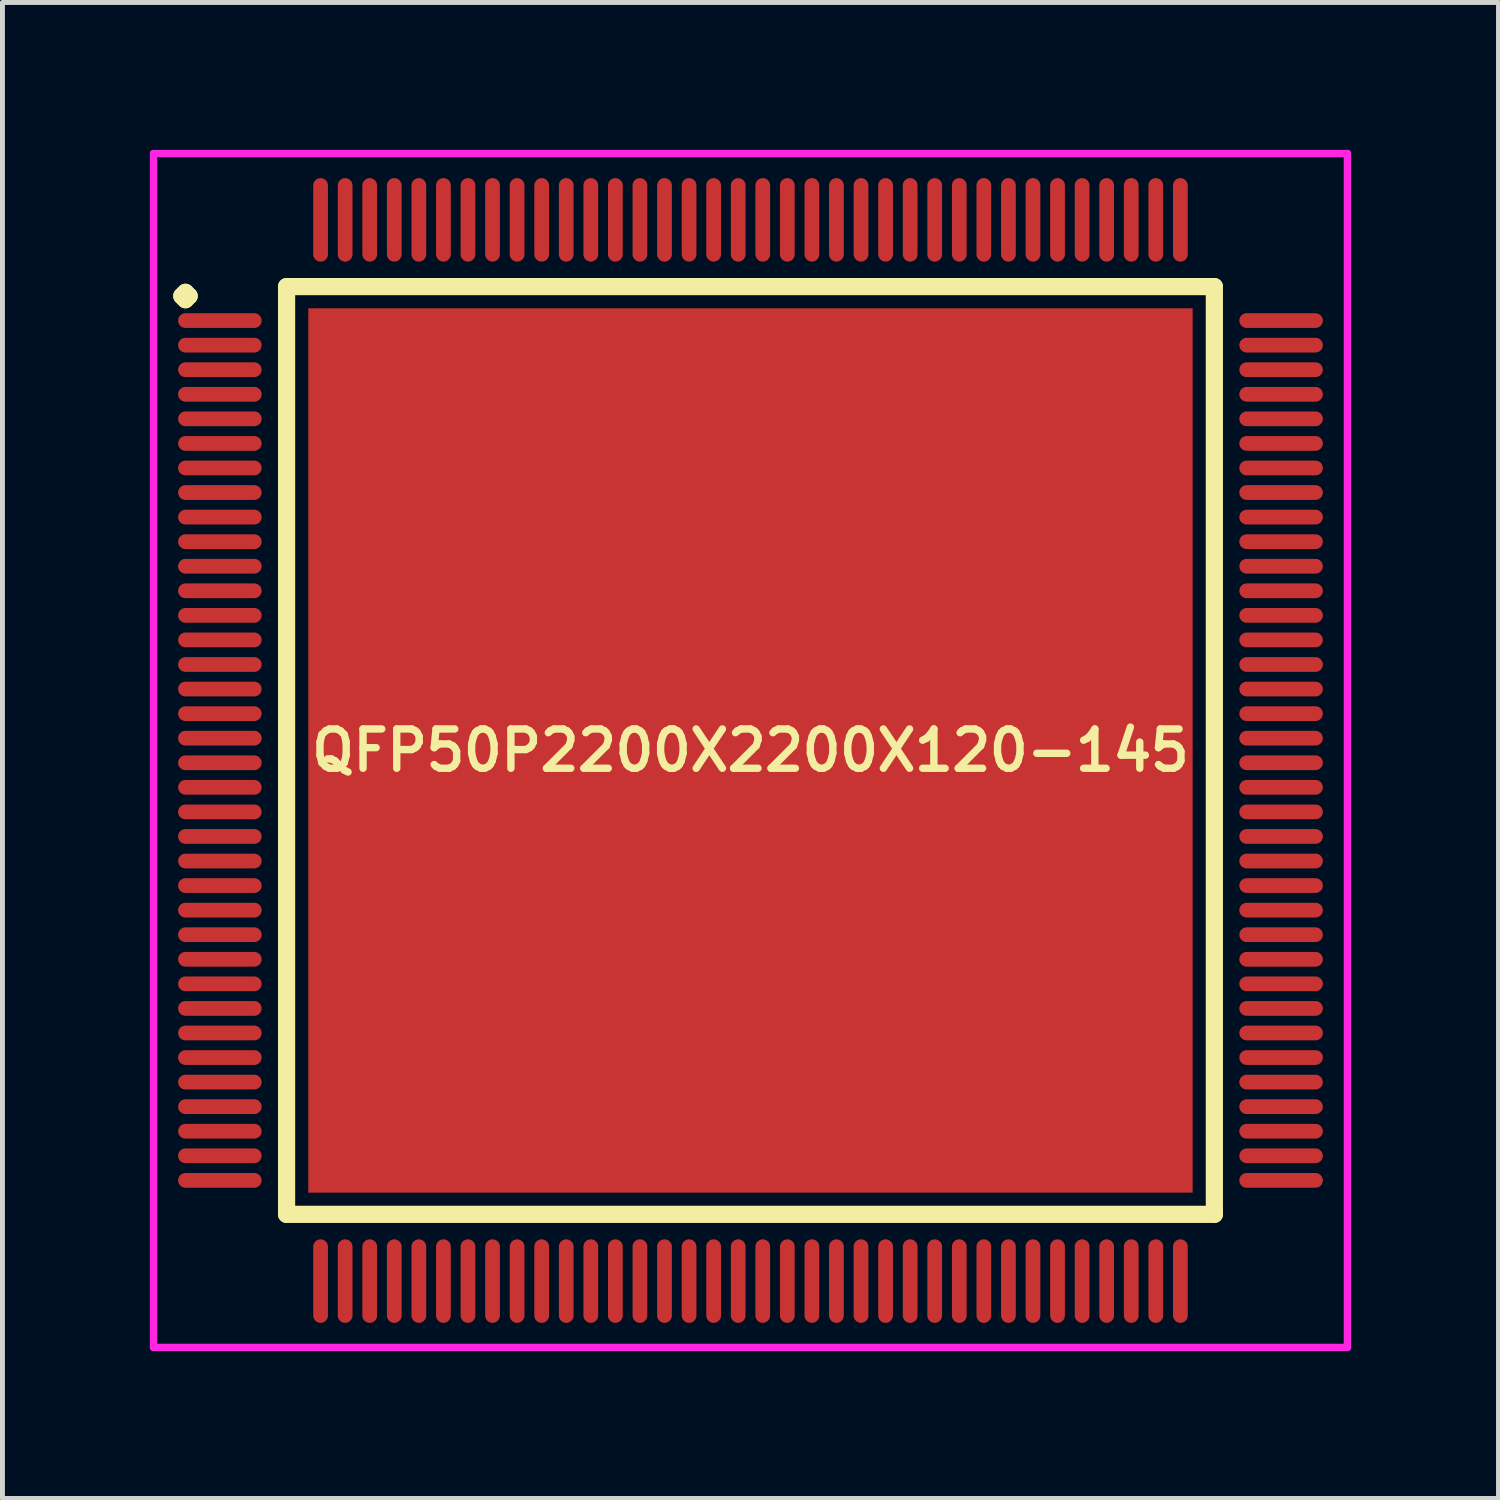
<source format=kicad_pcb>
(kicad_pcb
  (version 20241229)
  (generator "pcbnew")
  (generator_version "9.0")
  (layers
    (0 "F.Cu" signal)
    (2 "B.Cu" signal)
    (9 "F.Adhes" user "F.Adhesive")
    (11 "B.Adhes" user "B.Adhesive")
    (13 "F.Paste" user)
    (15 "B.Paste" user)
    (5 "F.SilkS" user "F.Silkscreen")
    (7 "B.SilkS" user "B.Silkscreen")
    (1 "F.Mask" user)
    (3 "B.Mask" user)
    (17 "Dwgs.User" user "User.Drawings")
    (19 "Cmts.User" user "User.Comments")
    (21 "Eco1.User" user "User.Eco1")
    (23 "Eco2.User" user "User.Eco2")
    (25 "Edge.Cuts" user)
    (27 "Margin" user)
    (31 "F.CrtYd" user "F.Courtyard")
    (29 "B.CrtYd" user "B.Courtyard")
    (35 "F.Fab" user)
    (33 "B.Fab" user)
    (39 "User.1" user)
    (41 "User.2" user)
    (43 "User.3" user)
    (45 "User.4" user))
  (footprint "QFP50P2200X2200X120-145"
    (layer "F.Cu")
    (at 12.225 12.225)
    (property "Reference" "QFP50P2200X2200X120-145" (at 0 0 0) (layer "F.SilkS") (effects (font (size 0.8 0.8) (thickness 0.15))))
    (attr smd)
    (fp_line (start -11.575 -9.25) (end -11.5 -9.325) (stroke (width 0.35) (type solid)) (layer "F.SilkS"))
    (fp_line (start -11.5 -9.325) (end -11.425 -9.25) (stroke (width 0.35) (type solid)) (layer "F.SilkS"))
    (fp_line (start -11.5 -9.175) (end -11.575 -9.25) (stroke (width 0.35) (type solid)) (layer "F.SilkS"))
    (fp_line (start -11.425 -9.25) (end -11.5 -9.175) (stroke (width 0.35) (type solid)) (layer "F.SilkS"))
    (fp_line (start -9.442 -9.442) (end -9.442 9.442) (stroke (width 0.35) (type solid)) (layer "F.SilkS"))
    (fp_line (start -9.442 9.442) (end 9.442 9.442) (stroke (width 0.35) (type solid)) (layer "F.SilkS"))
    (fp_line (start 9.442 -9.442) (end -9.442 -9.442) (stroke (width 0.35) (type solid)) (layer "F.SilkS"))
    (fp_line (start 9.442 9.442) (end 9.442 -9.442) (stroke (width 0.35) (type solid)) (layer "F.SilkS"))
    (fp_line (start -12.15 -12.15) (end 12.15 -12.15) (stroke (width 0.15) (type solid)) (layer "F.CrtYd"))
    (fp_line (start -12.15 12.15) (end -12.15 -12.15) (stroke (width 0.15) (type solid)) (layer "F.CrtYd"))
    (fp_line (start 12.15 -12.15) (end 12.15 12.15) (stroke (width 0.15) (type solid)) (layer "F.CrtYd"))
    (fp_line (start 12.15 12.15) (end -12.15 12.15) (stroke (width 0.15) (type solid)) (layer "F.CrtYd"))
    (pad "1" smd oval (at -10.8 -8.75) (size 1.7 0.3) (layers "F.Cu" "F.Mask" "F.Paste"))
    (pad "2" smd oval (at -10.8 -8.25) (size 1.7 0.3) (layers "F.Cu" "F.Mask" "F.Paste"))
    (pad "3" smd oval (at -10.8 -7.75) (size 1.7 0.3) (layers "F.Cu" "F.Mask" "F.Paste"))
    (pad "4" smd oval (at -10.8 -7.25) (size 1.7 0.3) (layers "F.Cu" "F.Mask" "F.Paste"))
    (pad "5" smd oval (at -10.8 -6.75) (size 1.7 0.3) (layers "F.Cu" "F.Mask" "F.Paste"))
    (pad "6" smd oval (at -10.8 -6.25) (size 1.7 0.3) (layers "F.Cu" "F.Mask" "F.Paste"))
    (pad "7" smd oval (at -10.8 -5.75) (size 1.7 0.3) (layers "F.Cu" "F.Mask" "F.Paste"))
    (pad "8" smd oval (at -10.8 -5.25) (size 1.7 0.3) (layers "F.Cu" "F.Mask" "F.Paste"))
    (pad "9" smd oval (at -10.8 -4.75) (size 1.7 0.3) (layers "F.Cu" "F.Mask" "F.Paste"))
    (pad "10" smd oval (at -10.8 -4.25) (size 1.7 0.3) (layers "F.Cu" "F.Mask" "F.Paste"))
    (pad "11" smd oval (at -10.8 -3.75) (size 1.7 0.3) (layers "F.Cu" "F.Mask" "F.Paste"))
    (pad "12" smd oval (at -10.8 -3.25) (size 1.7 0.3) (layers "F.Cu" "F.Mask" "F.Paste"))
    (pad "13" smd oval (at -10.8 -2.75) (size 1.7 0.3) (layers "F.Cu" "F.Mask" "F.Paste"))
    (pad "14" smd oval (at -10.8 -2.25) (size 1.7 0.3) (layers "F.Cu" "F.Mask" "F.Paste"))
    (pad "15" smd oval (at -10.8 -1.75) (size 1.7 0.3) (layers "F.Cu" "F.Mask" "F.Paste"))
    (pad "16" smd oval (at -10.8 -1.25) (size 1.7 0.3) (layers "F.Cu" "F.Mask" "F.Paste"))
    (pad "17" smd oval (at -10.8 -0.75) (size 1.7 0.3) (layers "F.Cu" "F.Mask" "F.Paste"))
    (pad "18" smd oval (at -10.8 -0.25) (size 1.7 0.3) (layers "F.Cu" "F.Mask" "F.Paste"))
    (pad "19" smd oval (at -10.8 0.25) (size 1.7 0.3) (layers "F.Cu" "F.Mask" "F.Paste"))
    (pad "20" smd oval (at -10.8 0.75) (size 1.7 0.3) (layers "F.Cu" "F.Mask" "F.Paste"))
    (pad "21" smd oval (at -10.8 1.25) (size 1.7 0.3) (layers "F.Cu" "F.Mask" "F.Paste"))
    (pad "22" smd oval (at -10.8 1.75) (size 1.7 0.3) (layers "F.Cu" "F.Mask" "F.Paste"))
    (pad "23" smd oval (at -10.8 2.25) (size 1.7 0.3) (layers "F.Cu" "F.Mask" "F.Paste"))
    (pad "24" smd oval (at -10.8 2.75) (size 1.7 0.3) (layers "F.Cu" "F.Mask" "F.Paste"))
    (pad "25" smd oval (at -10.8 3.25) (size 1.7 0.3) (layers "F.Cu" "F.Mask" "F.Paste"))
    (pad "26" smd oval (at -10.8 3.75) (size 1.7 0.3) (layers "F.Cu" "F.Mask" "F.Paste"))
    (pad "27" smd oval (at -10.8 4.25) (size 1.7 0.3) (layers "F.Cu" "F.Mask" "F.Paste"))
    (pad "28" smd oval (at -10.8 4.75) (size 1.7 0.3) (layers "F.Cu" "F.Mask" "F.Paste"))
    (pad "29" smd oval (at -10.8 5.25) (size 1.7 0.3) (layers "F.Cu" "F.Mask" "F.Paste"))
    (pad "30" smd oval (at -10.8 5.75) (size 1.7 0.3) (layers "F.Cu" "F.Mask" "F.Paste"))
    (pad "31" smd oval (at -10.8 6.25) (size 1.7 0.3) (layers "F.Cu" "F.Mask" "F.Paste"))
    (pad "32" smd oval (at -10.8 6.75) (size 1.7 0.3) (layers "F.Cu" "F.Mask" "F.Paste"))
    (pad "33" smd oval (at -10.8 7.25) (size 1.7 0.3) (layers "F.Cu" "F.Mask" "F.Paste"))
    (pad "34" smd oval (at -10.8 7.75) (size 1.7 0.3) (layers "F.Cu" "F.Mask" "F.Paste"))
    (pad "35" smd oval (at -10.8 8.25) (size 1.7 0.3) (layers "F.Cu" "F.Mask" "F.Paste"))
    (pad "36" smd oval (at -10.8 8.75) (size 1.7 0.3) (layers "F.Cu" "F.Mask" "F.Paste"))
    (pad "37" smd oval (at -8.75 10.8) (size 0.3 1.7) (layers "F.Cu" "F.Mask" "F.Paste"))
    (pad "38" smd oval (at -8.25 10.8) (size 0.3 1.7) (layers "F.Cu" "F.Mask" "F.Paste"))
    (pad "39" smd oval (at -7.75 10.8) (size 0.3 1.7) (layers "F.Cu" "F.Mask" "F.Paste"))
    (pad "40" smd oval (at -7.25 10.8) (size 0.3 1.7) (layers "F.Cu" "F.Mask" "F.Paste"))
    (pad "41" smd oval (at -6.75 10.8) (size 0.3 1.7) (layers "F.Cu" "F.Mask" "F.Paste"))
    (pad "42" smd oval (at -6.25 10.8) (size 0.3 1.7) (layers "F.Cu" "F.Mask" "F.Paste"))
    (pad "43" smd oval (at -5.75 10.8) (size 0.3 1.7) (layers "F.Cu" "F.Mask" "F.Paste"))
    (pad "44" smd oval (at -5.25 10.8) (size 0.3 1.7) (layers "F.Cu" "F.Mask" "F.Paste"))
    (pad "45" smd oval (at -4.75 10.8) (size 0.3 1.7) (layers "F.Cu" "F.Mask" "F.Paste"))
    (pad "46" smd oval (at -4.25 10.8) (size 0.3 1.7) (layers "F.Cu" "F.Mask" "F.Paste"))
    (pad "47" smd oval (at -3.75 10.8) (size 0.3 1.7) (layers "F.Cu" "F.Mask" "F.Paste"))
    (pad "48" smd oval (at -3.25 10.8) (size 0.3 1.7) (layers "F.Cu" "F.Mask" "F.Paste"))
    (pad "49" smd oval (at -2.75 10.8) (size 0.3 1.7) (layers "F.Cu" "F.Mask" "F.Paste"))
    (pad "50" smd oval (at -2.25 10.8) (size 0.3 1.7) (layers "F.Cu" "F.Mask" "F.Paste"))
    (pad "51" smd oval (at -1.75 10.8) (size 0.3 1.7) (layers "F.Cu" "F.Mask" "F.Paste"))
    (pad "52" smd oval (at -1.25 10.8) (size 0.3 1.7) (layers "F.Cu" "F.Mask" "F.Paste"))
    (pad "53" smd oval (at -0.75 10.8) (size 0.3 1.7) (layers "F.Cu" "F.Mask" "F.Paste"))
    (pad "54" smd oval (at -0.25 10.8) (size 0.3 1.7) (layers "F.Cu" "F.Mask" "F.Paste"))
    (pad "55" smd oval (at 0.25 10.8) (size 0.3 1.7) (layers "F.Cu" "F.Mask" "F.Paste"))
    (pad "56" smd oval (at 0.75 10.8) (size 0.3 1.7) (layers "F.Cu" "F.Mask" "F.Paste"))
    (pad "57" smd oval (at 1.25 10.8) (size 0.3 1.7) (layers "F.Cu" "F.Mask" "F.Paste"))
    (pad "58" smd oval (at 1.75 10.8) (size 0.3 1.7) (layers "F.Cu" "F.Mask" "F.Paste"))
    (pad "59" smd oval (at 2.25 10.8) (size 0.3 1.7) (layers "F.Cu" "F.Mask" "F.Paste"))
    (pad "60" smd oval (at 2.75 10.8) (size 0.3 1.7) (layers "F.Cu" "F.Mask" "F.Paste"))
    (pad "61" smd oval (at 3.25 10.8) (size 0.3 1.7) (layers "F.Cu" "F.Mask" "F.Paste"))
    (pad "62" smd oval (at 3.75 10.8) (size 0.3 1.7) (layers "F.Cu" "F.Mask" "F.Paste"))
    (pad "63" smd oval (at 4.25 10.8) (size 0.3 1.7) (layers "F.Cu" "F.Mask" "F.Paste"))
    (pad "64" smd oval (at 4.75 10.8) (size 0.3 1.7) (layers "F.Cu" "F.Mask" "F.Paste"))
    (pad "65" smd oval (at 5.25 10.8) (size 0.3 1.7) (layers "F.Cu" "F.Mask" "F.Paste"))
    (pad "66" smd oval (at 5.75 10.8) (size 0.3 1.7) (layers "F.Cu" "F.Mask" "F.Paste"))
    (pad "67" smd oval (at 6.25 10.8) (size 0.3 1.7) (layers "F.Cu" "F.Mask" "F.Paste"))
    (pad "68" smd oval (at 6.75 10.8) (size 0.3 1.7) (layers "F.Cu" "F.Mask" "F.Paste"))
    (pad "69" smd oval (at 7.25 10.8) (size 0.3 1.7) (layers "F.Cu" "F.Mask" "F.Paste"))
    (pad "70" smd oval (at 7.75 10.8) (size 0.3 1.7) (layers "F.Cu" "F.Mask" "F.Paste"))
    (pad "71" smd oval (at 8.25 10.8) (size 0.3 1.7) (layers "F.Cu" "F.Mask" "F.Paste"))
    (pad "72" smd oval (at 8.75 10.8) (size 0.3 1.7) (layers "F.Cu" "F.Mask" "F.Paste"))
    (pad "73" smd oval (at 10.8 8.75) (size 1.7 0.3) (layers "F.Cu" "F.Mask" "F.Paste"))
    (pad "74" smd oval (at 10.8 8.25) (size 1.7 0.3) (layers "F.Cu" "F.Mask" "F.Paste"))
    (pad "75" smd oval (at 10.8 7.75) (size 1.7 0.3) (layers "F.Cu" "F.Mask" "F.Paste"))
    (pad "76" smd oval (at 10.8 7.25) (size 1.7 0.3) (layers "F.Cu" "F.Mask" "F.Paste"))
    (pad "77" smd oval (at 10.8 6.75) (size 1.7 0.3) (layers "F.Cu" "F.Mask" "F.Paste"))
    (pad "78" smd oval (at 10.8 6.25) (size 1.7 0.3) (layers "F.Cu" "F.Mask" "F.Paste"))
    (pad "79" smd oval (at 10.8 5.75) (size 1.7 0.3) (layers "F.Cu" "F.Mask" "F.Paste"))
    (pad "80" smd oval (at 10.8 5.25) (size 1.7 0.3) (layers "F.Cu" "F.Mask" "F.Paste"))
    (pad "81" smd oval (at 10.8 4.75) (size 1.7 0.3) (layers "F.Cu" "F.Mask" "F.Paste"))
    (pad "82" smd oval (at 10.8 4.25) (size 1.7 0.3) (layers "F.Cu" "F.Mask" "F.Paste"))
    (pad "83" smd oval (at 10.8 3.75) (size 1.7 0.3) (layers "F.Cu" "F.Mask" "F.Paste"))
    (pad "84" smd oval (at 10.8 3.25) (size 1.7 0.3) (layers "F.Cu" "F.Mask" "F.Paste"))
    (pad "85" smd oval (at 10.8 2.75) (size 1.7 0.3) (layers "F.Cu" "F.Mask" "F.Paste"))
    (pad "86" smd oval (at 10.8 2.25) (size 1.7 0.3) (layers "F.Cu" "F.Mask" "F.Paste"))
    (pad "87" smd oval (at 10.8 1.75) (size 1.7 0.3) (layers "F.Cu" "F.Mask" "F.Paste"))
    (pad "88" smd oval (at 10.8 1.25) (size 1.7 0.3) (layers "F.Cu" "F.Mask" "F.Paste"))
    (pad "89" smd oval (at 10.8 0.75) (size 1.7 0.3) (layers "F.Cu" "F.Mask" "F.Paste"))
    (pad "90" smd oval (at 10.8 0.25) (size 1.7 0.3) (layers "F.Cu" "F.Mask" "F.Paste"))
    (pad "91" smd oval (at 10.8 -0.25) (size 1.7 0.3) (layers "F.Cu" "F.Mask" "F.Paste"))
    (pad "92" smd oval (at 10.8 -0.75) (size 1.7 0.3) (layers "F.Cu" "F.Mask" "F.Paste"))
    (pad "93" smd oval (at 10.8 -1.25) (size 1.7 0.3) (layers "F.Cu" "F.Mask" "F.Paste"))
    (pad "94" smd oval (at 10.8 -1.75) (size 1.7 0.3) (layers "F.Cu" "F.Mask" "F.Paste"))
    (pad "95" smd oval (at 10.8 -2.25) (size 1.7 0.3) (layers "F.Cu" "F.Mask" "F.Paste"))
    (pad "96" smd oval (at 10.8 -2.75) (size 1.7 0.3) (layers "F.Cu" "F.Mask" "F.Paste"))
    (pad "97" smd oval (at 10.8 -3.25) (size 1.7 0.3) (layers "F.Cu" "F.Mask" "F.Paste"))
    (pad "98" smd oval (at 10.8 -3.75) (size 1.7 0.3) (layers "F.Cu" "F.Mask" "F.Paste"))
    (pad "99" smd oval (at 10.8 -4.25) (size 1.7 0.3) (layers "F.Cu" "F.Mask" "F.Paste"))
    (pad "100" smd oval (at 10.8 -4.75) (size 1.7 0.3) (layers "F.Cu" "F.Mask" "F.Paste"))
    (pad "101" smd oval (at 10.8 -5.25) (size 1.7 0.3) (layers "F.Cu" "F.Mask" "F.Paste"))
    (pad "102" smd oval (at 10.8 -5.75) (size 1.7 0.3) (layers "F.Cu" "F.Mask" "F.Paste"))
    (pad "103" smd oval (at 10.8 -6.25) (size 1.7 0.3) (layers "F.Cu" "F.Mask" "F.Paste"))
    (pad "104" smd oval (at 10.8 -6.75) (size 1.7 0.3) (layers "F.Cu" "F.Mask" "F.Paste"))
    (pad "105" smd oval (at 10.8 -7.25) (size 1.7 0.3) (layers "F.Cu" "F.Mask" "F.Paste"))
    (pad "106" smd oval (at 10.8 -7.75) (size 1.7 0.3) (layers "F.Cu" "F.Mask" "F.Paste"))
    (pad "107" smd oval (at 10.8 -8.25) (size 1.7 0.3) (layers "F.Cu" "F.Mask" "F.Paste"))
    (pad "108" smd oval (at 10.8 -8.75) (size 1.7 0.3) (layers "F.Cu" "F.Mask" "F.Paste"))
    (pad "109" smd oval (at 8.75 -10.8) (size 0.3 1.7) (layers "F.Cu" "F.Mask" "F.Paste"))
    (pad "110" smd oval (at 8.25 -10.8) (size 0.3 1.7) (layers "F.Cu" "F.Mask" "F.Paste"))
    (pad "111" smd oval (at 7.75 -10.8) (size 0.3 1.7) (layers "F.Cu" "F.Mask" "F.Paste"))
    (pad "112" smd oval (at 7.25 -10.8) (size 0.3 1.7) (layers "F.Cu" "F.Mask" "F.Paste"))
    (pad "113" smd oval (at 6.75 -10.8) (size 0.3 1.7) (layers "F.Cu" "F.Mask" "F.Paste"))
    (pad "114" smd oval (at 6.25 -10.8) (size 0.3 1.7) (layers "F.Cu" "F.Mask" "F.Paste"))
    (pad "115" smd oval (at 5.75 -10.8) (size 0.3 1.7) (layers "F.Cu" "F.Mask" "F.Paste"))
    (pad "116" smd oval (at 5.25 -10.8) (size 0.3 1.7) (layers "F.Cu" "F.Mask" "F.Paste"))
    (pad "117" smd oval (at 4.75 -10.8) (size 0.3 1.7) (layers "F.Cu" "F.Mask" "F.Paste"))
    (pad "118" smd oval (at 4.25 -10.8) (size 0.3 1.7) (layers "F.Cu" "F.Mask" "F.Paste"))
    (pad "119" smd oval (at 3.75 -10.8) (size 0.3 1.7) (layers "F.Cu" "F.Mask" "F.Paste"))
    (pad "120" smd oval (at 3.25 -10.8) (size 0.3 1.7) (layers "F.Cu" "F.Mask" "F.Paste"))
    (pad "121" smd oval (at 2.75 -10.8) (size 0.3 1.7) (layers "F.Cu" "F.Mask" "F.Paste"))
    (pad "122" smd oval (at 2.25 -10.8) (size 0.3 1.7) (layers "F.Cu" "F.Mask" "F.Paste"))
    (pad "123" smd oval (at 1.75 -10.8) (size 0.3 1.7) (layers "F.Cu" "F.Mask" "F.Paste"))
    (pad "124" smd oval (at 1.25 -10.8) (size 0.3 1.7) (layers "F.Cu" "F.Mask" "F.Paste"))
    (pad "125" smd oval (at 0.75 -10.8) (size 0.3 1.7) (layers "F.Cu" "F.Mask" "F.Paste"))
    (pad "126" smd oval (at 0.25 -10.8) (size 0.3 1.7) (layers "F.Cu" "F.Mask" "F.Paste"))
    (pad "127" smd oval (at -0.25 -10.8) (size 0.3 1.7) (layers "F.Cu" "F.Mask" "F.Paste"))
    (pad "128" smd oval (at -0.75 -10.8) (size 0.3 1.7) (layers "F.Cu" "F.Mask" "F.Paste"))
    (pad "129" smd oval (at -1.25 -10.8) (size 0.3 1.7) (layers "F.Cu" "F.Mask" "F.Paste"))
    (pad "130" smd oval (at -1.75 -10.8) (size 0.3 1.7) (layers "F.Cu" "F.Mask" "F.Paste"))
    (pad "131" smd oval (at -2.25 -10.8) (size 0.3 1.7) (layers "F.Cu" "F.Mask" "F.Paste"))
    (pad "132" smd oval (at -2.75 -10.8) (size 0.3 1.7) (layers "F.Cu" "F.Mask" "F.Paste"))
    (pad "133" smd oval (at -3.25 -10.8) (size 0.3 1.7) (layers "F.Cu" "F.Mask" "F.Paste"))
    (pad "134" smd oval (at -3.75 -10.8) (size 0.3 1.7) (layers "F.Cu" "F.Mask" "F.Paste"))
    (pad "135" smd oval (at -4.25 -10.8) (size 0.3 1.7) (layers "F.Cu" "F.Mask" "F.Paste"))
    (pad "136" smd oval (at -4.75 -10.8) (size 0.3 1.7) (layers "F.Cu" "F.Mask" "F.Paste"))
    (pad "137" smd oval (at -5.25 -10.8) (size 0.3 1.7) (layers "F.Cu" "F.Mask" "F.Paste"))
    (pad "138" smd oval (at -5.75 -10.8) (size 0.3 1.7) (layers "F.Cu" "F.Mask" "F.Paste"))
    (pad "139" smd oval (at -6.25 -10.8) (size 0.3 1.7) (layers "F.Cu" "F.Mask" "F.Paste"))
    (pad "140" smd oval (at -6.75 -10.8) (size 0.3 1.7) (layers "F.Cu" "F.Mask" "F.Paste"))
    (pad "141" smd oval (at -7.25 -10.8) (size 0.3 1.7) (layers "F.Cu" "F.Mask" "F.Paste"))
    (pad "142" smd oval (at -7.75 -10.8) (size 0.3 1.7) (layers "F.Cu" "F.Mask" "F.Paste"))
    (pad "143" smd oval (at -8.25 -10.8) (size 0.3 1.7) (layers "F.Cu" "F.Mask" "F.Paste"))
    (pad "144" smd oval (at -8.75 -10.8) (size 0.3 1.7) (layers "F.Cu" "F.Mask" "F.Paste"))
    (pad "145" smd rect (at 0 0) (size 18 18) (layers "F.Cu" "F.Mask" "F.Paste")))
  (gr_rect
    (start -3 -3)
    (end 27.45 27.45)
    (stroke (width 0.1) (type default))
    (fill no)
    (layer "Edge.Cuts")))
</source>
